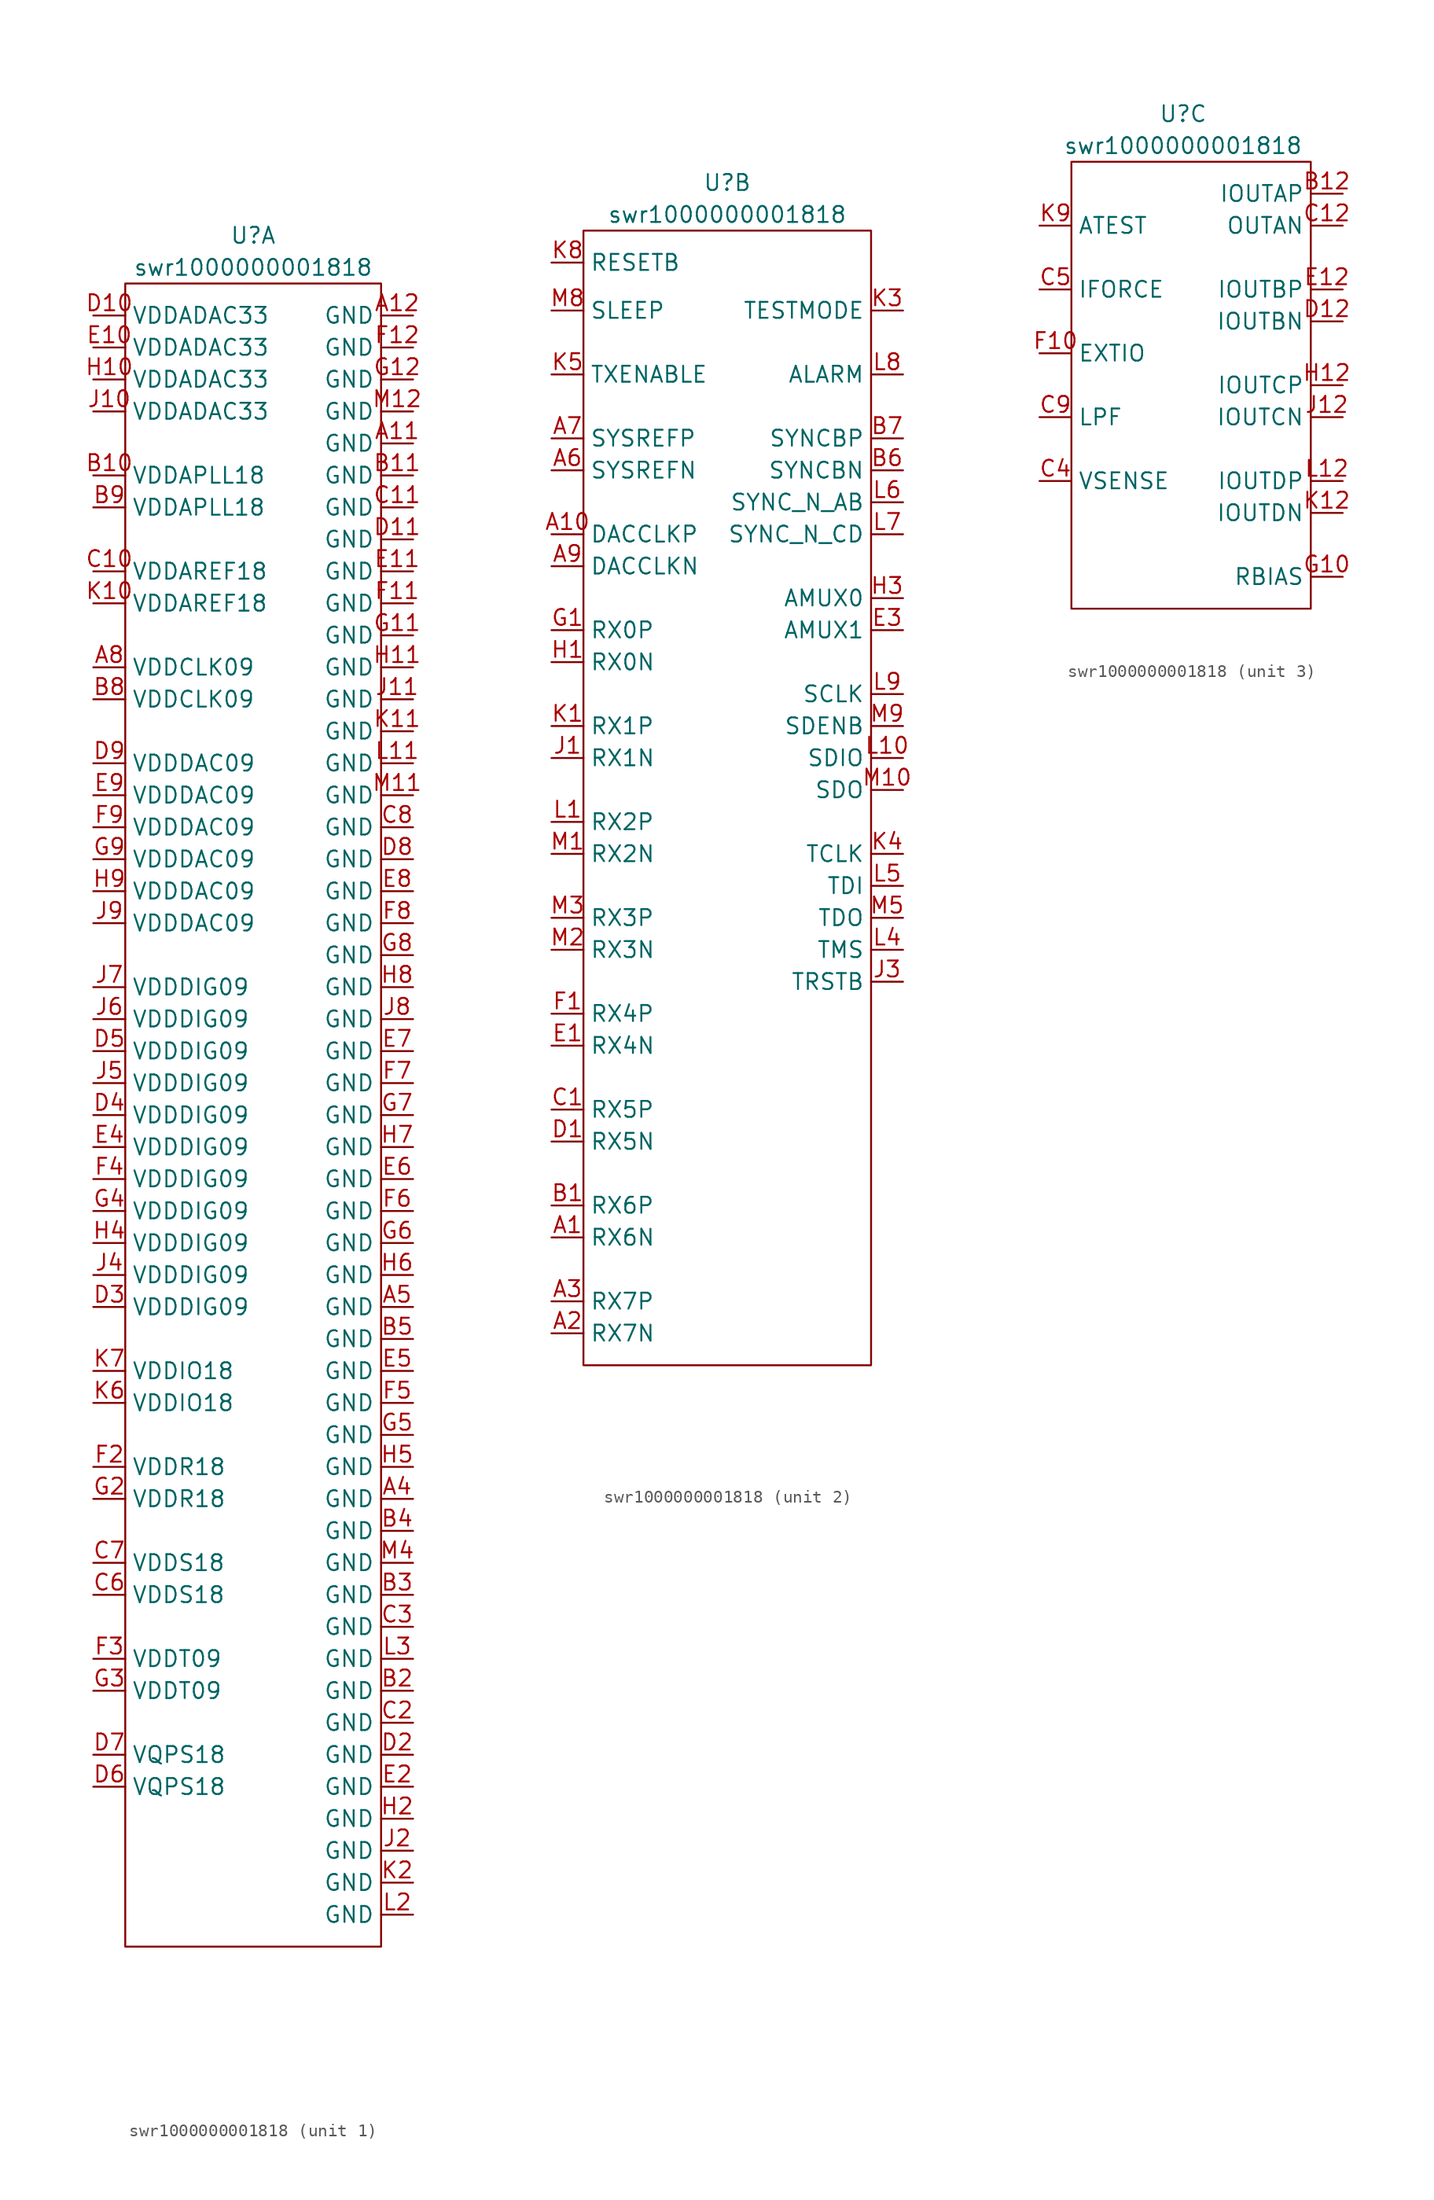
<source format=kicad_sym>
(kicad_symbol_lib
  (version 20220914)
  (generator kicad_symbol_editor)
  (symbol "swr1000000001818"
    (property "Reference" "U"
      (at 0 3.81 0)
      (effects (font (size 1.27 1.27))))
    (property "Value" "swr1000000001818"
      (at 0 1.27 0)
      (effects (font (size 1.27 1.27))))
    (property "ki_locked" ""
      (at 0 0 0)
      (effects (font (size 1.27 1.27))))
    (symbol "swr1000000001818_1_1"
      (rectangle (start -10.16 0) (end 10.16 -132.08) (stroke (width 0) (type default)) (fill (type none)))
      (pin power_in line (at 12.7 -12.7 180) (length 2.54) (name "GND" (effects (font (size 1.27 1.27)))) (number "A11" (effects (font (size 1.27 1.27)))))
      (pin power_in line (at 12.7 -2.54 180) (length 2.54) (name "GND" (effects (font (size 1.27 1.27)))) (number "A12" (effects (font (size 1.27 1.27)))))
      (pin power_in line (at 12.7 -96.52 180) (length 2.54) (name "GND" (effects (font (size 1.27 1.27)))) (number "A4" (effects (font (size 1.27 1.27)))))
      (pin power_in line (at 12.7 -81.28 180) (length 2.54) (name "GND" (effects (font (size 1.27 1.27)))) (number "A5" (effects (font (size 1.27 1.27)))))
      (pin power_in line (at -12.7 -30.48 0) (length 2.54) (name "VDDCLK09" (effects (font (size 1.27 1.27)))) (number "A8" (effects (font (size 1.27 1.27)))))
      (pin power_in line (at -12.7 -15.24 0) (length 2.54) (name "VDDAPLL18" (effects (font (size 1.27 1.27)))) (number "B10" (effects (font (size 1.27 1.27)))))
      (pin power_in line (at 12.7 -15.24 180) (length 2.54) (name "GND" (effects (font (size 1.27 1.27)))) (number "B11" (effects (font (size 1.27 1.27)))))
      (pin power_in line (at 12.7 -111.76 180) (length 2.54) (name "GND" (effects (font (size 1.27 1.27)))) (number "B2" (effects (font (size 1.27 1.27)))))
      (pin power_in line (at 12.7 -104.14 180) (length 2.54) (name "GND" (effects (font (size 1.27 1.27)))) (number "B3" (effects (font (size 1.27 1.27)))))
      (pin power_in line (at 12.7 -99.06 180) (length 2.54) (name "GND" (effects (font (size 1.27 1.27)))) (number "B4" (effects (font (size 1.27 1.27)))))
      (pin power_in line (at 12.7 -83.82 180) (length 2.54) (name "GND" (effects (font (size 1.27 1.27)))) (number "B5" (effects (font (size 1.27 1.27)))))
      (pin power_in line (at -12.7 -33.02 0) (length 2.54) (name "VDDCLK09" (effects (font (size 1.27 1.27)))) (number "B8" (effects (font (size 1.27 1.27)))))
      (pin power_in line (at -12.7 -17.78 0) (length 2.54) (name "VDDAPLL18" (effects (font (size 1.27 1.27)))) (number "B9" (effects (font (size 1.27 1.27)))))
      (pin power_in line (at -12.7 -22.86 0) (length 2.54) (name "VDDAREF18" (effects (font (size 1.27 1.27)))) (number "C10" (effects (font (size 1.27 1.27)))))
      (pin power_in line (at 12.7 -17.78 180) (length 2.54) (name "GND" (effects (font (size 1.27 1.27)))) (number "C11" (effects (font (size 1.27 1.27)))))
      (pin power_in line (at 12.7 -114.3 180) (length 2.54) (name "GND" (effects (font (size 1.27 1.27)))) (number "C2" (effects (font (size 1.27 1.27)))))
      (pin power_in line (at 12.7 -106.68 180) (length 2.54) (name "GND" (effects (font (size 1.27 1.27)))) (number "C3" (effects (font (size 1.27 1.27)))))
      (pin power_in line (at -12.7 -104.14 0) (length 2.54) (name "VDDS18" (effects (font (size 1.27 1.27)))) (number "C6" (effects (font (size 1.27 1.27)))))
      (pin power_in line (at -12.7 -101.6 0) (length 2.54) (name "VDDS18" (effects (font (size 1.27 1.27)))) (number "C7" (effects (font (size 1.27 1.27)))))
      (pin power_in line (at 12.7 -43.18 180) (length 2.54) (name "GND" (effects (font (size 1.27 1.27)))) (number "C8" (effects (font (size 1.27 1.27)))))
      (pin power_in line (at -12.7 -2.54 0) (length 2.54) (name "VDDADAC33" (effects (font (size 1.27 1.27)))) (number "D10" (effects (font (size 1.27 1.27)))))
      (pin power_in line (at 12.7 -20.32 180) (length 2.54) (name "GND" (effects (font (size 1.27 1.27)))) (number "D11" (effects (font (size 1.27 1.27)))))
      (pin power_in line (at 12.7 -116.84 180) (length 2.54) (name "GND" (effects (font (size 1.27 1.27)))) (number "D2" (effects (font (size 1.27 1.27)))))
      (pin power_in line (at -12.7 -81.28 0) (length 2.54) (name "VDDDIG09" (effects (font (size 1.27 1.27)))) (number "D3" (effects (font (size 1.27 1.27)))))
      (pin power_in line (at -12.7 -66.04 0) (length 2.54) (name "VDDDIG09" (effects (font (size 1.27 1.27)))) (number "D4" (effects (font (size 1.27 1.27)))))
      (pin power_in line (at -12.7 -60.96 0) (length 2.54) (name "VDDDIG09" (effects (font (size 1.27 1.27)))) (number "D5" (effects (font (size 1.27 1.27)))))
      (pin power_in line (at -12.7 -119.38 0) (length 2.54) (name "VQPS18" (effects (font (size 1.27 1.27)))) (number "D6" (effects (font (size 1.27 1.27)))))
      (pin power_in line (at -12.7 -116.84 0) (length 2.54) (name "VQPS18" (effects (font (size 1.27 1.27)))) (number "D7" (effects (font (size 1.27 1.27)))))
      (pin power_in line (at 12.7 -45.72 180) (length 2.54) (name "GND" (effects (font (size 1.27 1.27)))) (number "D8" (effects (font (size 1.27 1.27)))))
      (pin power_in line (at -12.7 -38.1 0) (length 2.54) (name "VDDDAC09" (effects (font (size 1.27 1.27)))) (number "D9" (effects (font (size 1.27 1.27)))))
      (pin power_in line (at -12.7 -5.08 0) (length 2.54) (name "VDDADAC33" (effects (font (size 1.27 1.27)))) (number "E10" (effects (font (size 1.27 1.27)))))
      (pin power_in line (at 12.7 -22.86 180) (length 2.54) (name "GND" (effects (font (size 1.27 1.27)))) (number "E11" (effects (font (size 1.27 1.27)))))
      (pin power_in line (at 12.7 -119.38 180) (length 2.54) (name "GND" (effects (font (size 1.27 1.27)))) (number "E2" (effects (font (size 1.27 1.27)))))
      (pin power_in line (at -12.7 -68.58 0) (length 2.54) (name "VDDDIG09" (effects (font (size 1.27 1.27)))) (number "E4" (effects (font (size 1.27 1.27)))))
      (pin power_in line (at 12.7 -86.36 180) (length 2.54) (name "GND" (effects (font (size 1.27 1.27)))) (number "E5" (effects (font (size 1.27 1.27)))))
      (pin power_in line (at 12.7 -71.12 180) (length 2.54) (name "GND" (effects (font (size 1.27 1.27)))) (number "E6" (effects (font (size 1.27 1.27)))))
      (pin power_in line (at 12.7 -60.96 180) (length 2.54) (name "GND" (effects (font (size 1.27 1.27)))) (number "E7" (effects (font (size 1.27 1.27)))))
      (pin power_in line (at 12.7 -48.26 180) (length 2.54) (name "GND" (effects (font (size 1.27 1.27)))) (number "E8" (effects (font (size 1.27 1.27)))))
      (pin power_in line (at -12.7 -40.64 0) (length 2.54) (name "VDDDAC09" (effects (font (size 1.27 1.27)))) (number "E9" (effects (font (size 1.27 1.27)))))
      (pin power_in line (at 12.7 -25.4 180) (length 2.54) (name "GND" (effects (font (size 1.27 1.27)))) (number "F11" (effects (font (size 1.27 1.27)))))
      (pin power_in line (at 12.7 -5.08 180) (length 2.54) (name "GND" (effects (font (size 1.27 1.27)))) (number "F12" (effects (font (size 1.27 1.27)))))
      (pin power_in line (at -12.7 -93.98 0) (length 2.54) (name "VDDR18" (effects (font (size 1.27 1.27)))) (number "F2" (effects (font (size 1.27 1.27)))))
      (pin power_in line (at -12.7 -109.22 0) (length 2.54) (name "VDDT09" (effects (font (size 1.27 1.27)))) (number "F3" (effects (font (size 1.27 1.27)))))
      (pin power_in line (at -12.7 -71.12 0) (length 2.54) (name "VDDDIG09" (effects (font (size 1.27 1.27)))) (number "F4" (effects (font (size 1.27 1.27)))))
      (pin power_in line (at 12.7 -88.9 180) (length 2.54) (name "GND" (effects (font (size 1.27 1.27)))) (number "F5" (effects (font (size 1.27 1.27)))))
      (pin power_in line (at 12.7 -73.66 180) (length 2.54) (name "GND" (effects (font (size 1.27 1.27)))) (number "F6" (effects (font (size 1.27 1.27)))))
      (pin power_in line (at 12.7 -63.5 180) (length 2.54) (name "GND" (effects (font (size 1.27 1.27)))) (number "F7" (effects (font (size 1.27 1.27)))))
      (pin power_in line (at 12.7 -50.8 180) (length 2.54) (name "GND" (effects (font (size 1.27 1.27)))) (number "F8" (effects (font (size 1.27 1.27)))))
      (pin power_in line (at -12.7 -43.18 0) (length 2.54) (name "VDDDAC09" (effects (font (size 1.27 1.27)))) (number "F9" (effects (font (size 1.27 1.27)))))
      (pin power_in line (at 12.7 -27.94 180) (length 2.54) (name "GND" (effects (font (size 1.27 1.27)))) (number "G11" (effects (font (size 1.27 1.27)))))
      (pin power_in line (at 12.7 -7.62 180) (length 2.54) (name "GND" (effects (font (size 1.27 1.27)))) (number "G12" (effects (font (size 1.27 1.27)))))
      (pin power_in line (at -12.7 -96.52 0) (length 2.54) (name "VDDR18" (effects (font (size 1.27 1.27)))) (number "G2" (effects (font (size 1.27 1.27)))))
      (pin power_in line (at -12.7 -111.76 0) (length 2.54) (name "VDDT09" (effects (font (size 1.27 1.27)))) (number "G3" (effects (font (size 1.27 1.27)))))
      (pin power_in line (at -12.7 -73.66 0) (length 2.54) (name "VDDDIG09" (effects (font (size 1.27 1.27)))) (number "G4" (effects (font (size 1.27 1.27)))))
      (pin power_in line (at 12.7 -91.44 180) (length 2.54) (name "GND" (effects (font (size 1.27 1.27)))) (number "G5" (effects (font (size 1.27 1.27)))))
      (pin power_in line (at 12.7 -76.2 180) (length 2.54) (name "GND" (effects (font (size 1.27 1.27)))) (number "G6" (effects (font (size 1.27 1.27)))))
      (pin power_in line (at 12.7 -66.04 180) (length 2.54) (name "GND" (effects (font (size 1.27 1.27)))) (number "G7" (effects (font (size 1.27 1.27)))))
      (pin power_in line (at 12.7 -53.34 180) (length 2.54) (name "GND" (effects (font (size 1.27 1.27)))) (number "G8" (effects (font (size 1.27 1.27)))))
      (pin power_in line (at -12.7 -45.72 0) (length 2.54) (name "VDDDAC09" (effects (font (size 1.27 1.27)))) (number "G9" (effects (font (size 1.27 1.27)))))
      (pin power_in line (at -12.7 -7.62 0) (length 2.54) (name "VDDADAC33" (effects (font (size 1.27 1.27)))) (number "H10" (effects (font (size 1.27 1.27)))))
      (pin power_in line (at 12.7 -30.48 180) (length 2.54) (name "GND" (effects (font (size 1.27 1.27)))) (number "H11" (effects (font (size 1.27 1.27)))))
      (pin power_in line (at 12.7 -121.92 180) (length 2.54) (name "GND" (effects (font (size 1.27 1.27)))) (number "H2" (effects (font (size 1.27 1.27)))))
      (pin power_in line (at -12.7 -76.2 0) (length 2.54) (name "VDDDIG09" (effects (font (size 1.27 1.27)))) (number "H4" (effects (font (size 1.27 1.27)))))
      (pin power_in line (at 12.7 -93.98 180) (length 2.54) (name "GND" (effects (font (size 1.27 1.27)))) (number "H5" (effects (font (size 1.27 1.27)))))
      (pin power_in line (at 12.7 -78.74 180) (length 2.54) (name "GND" (effects (font (size 1.27 1.27)))) (number "H6" (effects (font (size 1.27 1.27)))))
      (pin power_in line (at 12.7 -68.58 180) (length 2.54) (name "GND" (effects (font (size 1.27 1.27)))) (number "H7" (effects (font (size 1.27 1.27)))))
      (pin power_in line (at 12.7 -55.88 180) (length 2.54) (name "GND" (effects (font (size 1.27 1.27)))) (number "H8" (effects (font (size 1.27 1.27)))))
      (pin power_in line (at -12.7 -48.26 0) (length 2.54) (name "VDDDAC09" (effects (font (size 1.27 1.27)))) (number "H9" (effects (font (size 1.27 1.27)))))
      (pin power_in line (at -12.7 -10.16 0) (length 2.54) (name "VDDADAC33" (effects (font (size 1.27 1.27)))) (number "J10" (effects (font (size 1.27 1.27)))))
      (pin power_in line (at 12.7 -33.02 180) (length 2.54) (name "GND" (effects (font (size 1.27 1.27)))) (number "J11" (effects (font (size 1.27 1.27)))))
      (pin power_in line (at 12.7 -124.46 180) (length 2.54) (name "GND" (effects (font (size 1.27 1.27)))) (number "J2" (effects (font (size 1.27 1.27)))))
      (pin power_in line (at -12.7 -78.74 0) (length 2.54) (name "VDDDIG09" (effects (font (size 1.27 1.27)))) (number "J4" (effects (font (size 1.27 1.27)))))
      (pin power_in line (at -12.7 -63.5 0) (length 2.54) (name "VDDDIG09" (effects (font (size 1.27 1.27)))) (number "J5" (effects (font (size 1.27 1.27)))))
      (pin power_in line (at -12.7 -58.42 0) (length 2.54) (name "VDDDIG09" (effects (font (size 1.27 1.27)))) (number "J6" (effects (font (size 1.27 1.27)))))
      (pin power_in line (at -12.7 -55.88 0) (length 2.54) (name "VDDDIG09" (effects (font (size 1.27 1.27)))) (number "J7" (effects (font (size 1.27 1.27)))))
      (pin power_in line (at 12.7 -58.42 180) (length 2.54) (name "GND" (effects (font (size 1.27 1.27)))) (number "J8" (effects (font (size 1.27 1.27)))))
      (pin power_in line (at -12.7 -50.8 0) (length 2.54) (name "VDDDAC09" (effects (font (size 1.27 1.27)))) (number "J9" (effects (font (size 1.27 1.27)))))
      (pin power_in line (at -12.7 -25.4 0) (length 2.54) (name "VDDAREF18" (effects (font (size 1.27 1.27)))) (number "K10" (effects (font (size 1.27 1.27)))))
      (pin power_in line (at 12.7 -35.56 180) (length 2.54) (name "GND" (effects (font (size 1.27 1.27)))) (number "K11" (effects (font (size 1.27 1.27)))))
      (pin power_in line (at 12.7 -127 180) (length 2.54) (name "GND" (effects (font (size 1.27 1.27)))) (number "K2" (effects (font (size 1.27 1.27)))))
      (pin power_in line (at -12.7 -88.9 0) (length 2.54) (name "VDDIO18" (effects (font (size 1.27 1.27)))) (number "K6" (effects (font (size 1.27 1.27)))))
      (pin power_in line (at -12.7 -86.36 0) (length 2.54) (name "VDDIO18" (effects (font (size 1.27 1.27)))) (number "K7" (effects (font (size 1.27 1.27)))))
      (pin power_in line (at 12.7 -38.1 180) (length 2.54) (name "GND" (effects (font (size 1.27 1.27)))) (number "L11" (effects (font (size 1.27 1.27)))))
      (pin power_in line (at 12.7 -129.54 180) (length 2.54) (name "GND" (effects (font (size 1.27 1.27)))) (number "L2" (effects (font (size 1.27 1.27)))))
      (pin power_in line (at 12.7 -109.22 180) (length 2.54) (name "GND" (effects (font (size 1.27 1.27)))) (number "L3" (effects (font (size 1.27 1.27)))))
      (pin power_in line (at 12.7 -40.64 180) (length 2.54) (name "GND" (effects (font (size 1.27 1.27)))) (number "M11" (effects (font (size 1.27 1.27)))))
      (pin power_in line (at 12.7 -10.16 180) (length 2.54) (name "GND" (effects (font (size 1.27 1.27)))) (number "M12" (effects (font (size 1.27 1.27)))))
      (pin power_in line (at 12.7 -101.6 180) (length 2.54) (name "GND" (effects (font (size 1.27 1.27)))) (number "M4" (effects (font (size 1.27 1.27))))))
    (symbol "swr1000000001818_2_1"
      (rectangle (start -11.43 0) (end 11.43 -90.17) (stroke (width 0) (type default)) (fill (type none)))
      (pin input line (at -13.97 -80.01 0) (length 2.54) (name "RX6N" (effects (font (size 1.27 1.27)))) (number "A1" (effects (font (size 1.27 1.27)))))
      (pin input line (at -13.97 -24.13 0) (length 2.54) (name "DACCLKP" (effects (font (size 1.27 1.27)))) (number "A10" (effects (font (size 1.27 1.27)))))
      (pin input line (at -13.97 -87.63 0) (length 2.54) (name "RX7N" (effects (font (size 1.27 1.27)))) (number "A2" (effects (font (size 1.27 1.27)))))
      (pin input line (at -13.97 -85.09 0) (length 2.54) (name "RX7P" (effects (font (size 1.27 1.27)))) (number "A3" (effects (font (size 1.27 1.27)))))
      (pin input line (at -13.97 -19.05 0) (length 2.54) (name "SYSREFN" (effects (font (size 1.27 1.27)))) (number "A6" (effects (font (size 1.27 1.27)))))
      (pin input line (at -13.97 -16.51 0) (length 2.54) (name "SYSREFP" (effects (font (size 1.27 1.27)))) (number "A7" (effects (font (size 1.27 1.27)))))
      (pin input line (at -13.97 -26.67 0) (length 2.54) (name "DACCLKN" (effects (font (size 1.27 1.27)))) (number "A9" (effects (font (size 1.27 1.27)))))
      (pin input line (at -13.97 -77.47 0) (length 2.54) (name "RX6P" (effects (font (size 1.27 1.27)))) (number "B1" (effects (font (size 1.27 1.27)))))
      (pin output line (at 13.97 -19.05 180) (length 2.54) (name "SYNCBN" (effects (font (size 1.27 1.27)))) (number "B6" (effects (font (size 1.27 1.27)))))
      (pin output line (at 13.97 -16.51 180) (length 2.54) (name "SYNCBP" (effects (font (size 1.27 1.27)))) (number "B7" (effects (font (size 1.27 1.27)))))
      (pin input line (at -13.97 -69.85 0) (length 2.54) (name "RX5P" (effects (font (size 1.27 1.27)))) (number "C1" (effects (font (size 1.27 1.27)))))
      (pin input line (at -13.97 -72.39 0) (length 2.54) (name "RX5N" (effects (font (size 1.27 1.27)))) (number "D1" (effects (font (size 1.27 1.27)))))
      (pin input line (at -13.97 -64.77 0) (length 2.54) (name "RX4N" (effects (font (size 1.27 1.27)))) (number "E1" (effects (font (size 1.27 1.27)))))
      (pin bidirectional line (at 13.97 -31.75 180) (length 2.54) (name "AMUX1" (effects (font (size 1.27 1.27)))) (number "E3" (effects (font (size 1.27 1.27)))))
      (pin input line (at -13.97 -62.23 0) (length 2.54) (name "RX4P" (effects (font (size 1.27 1.27)))) (number "F1" (effects (font (size 1.27 1.27)))))
      (pin input line (at -13.97 -31.75 0) (length 2.54) (name "RX0P" (effects (font (size 1.27 1.27)))) (number "G1" (effects (font (size 1.27 1.27)))))
      (pin input line (at -13.97 -34.29 0) (length 2.54) (name "RX0N" (effects (font (size 1.27 1.27)))) (number "H1" (effects (font (size 1.27 1.27)))))
      (pin bidirectional line (at 13.97 -29.21 180) (length 2.54) (name "AMUX0" (effects (font (size 1.27 1.27)))) (number "H3" (effects (font (size 1.27 1.27)))))
      (pin input line (at -13.97 -41.91 0) (length 2.54) (name "RX1N" (effects (font (size 1.27 1.27)))) (number "J1" (effects (font (size 1.27 1.27)))))
      (pin input line (at 13.97 -59.69 180) (length 2.54) (name "TRSTB" (effects (font (size 1.27 1.27)))) (number "J3" (effects (font (size 1.27 1.27)))))
      (pin input line (at -13.97 -39.37 0) (length 2.54) (name "RX1P" (effects (font (size 1.27 1.27)))) (number "K1" (effects (font (size 1.27 1.27)))))
      (pin output line (at 13.97 -6.35 180) (length 2.54) (name "TESTMODE" (effects (font (size 1.27 1.27)))) (number "K3" (effects (font (size 1.27 1.27)))))
      (pin input line (at 13.97 -49.53 180) (length 2.54) (name "TCLK" (effects (font (size 1.27 1.27)))) (number "K4" (effects (font (size 1.27 1.27)))))
      (pin input line (at -13.97 -11.43 0) (length 2.54) (name "TXENABLE" (effects (font (size 1.27 1.27)))) (number "K5" (effects (font (size 1.27 1.27)))))
      (pin input line (at -13.97 -2.54 0) (length 2.54) (name "RESETB" (effects (font (size 1.27 1.27)))) (number "K8" (effects (font (size 1.27 1.27)))))
      (pin input line (at -13.97 -46.99 0) (length 2.54) (name "RX2P" (effects (font (size 1.27 1.27)))) (number "L1" (effects (font (size 1.27 1.27)))))
      (pin bidirectional line (at 13.97 -41.91 180) (length 2.54) (name "SDIO" (effects (font (size 1.27 1.27)))) (number "L10" (effects (font (size 1.27 1.27)))))
      (pin input line (at 13.97 -57.15 180) (length 2.54) (name "TMS" (effects (font (size 1.27 1.27)))) (number "L4" (effects (font (size 1.27 1.27)))))
      (pin input line (at 13.97 -52.07 180) (length 2.54) (name "TDI" (effects (font (size 1.27 1.27)))) (number "L5" (effects (font (size 1.27 1.27)))))
      (pin output line (at 13.97 -21.59 180) (length 2.54) (name "SYNC_N_AB" (effects (font (size 1.27 1.27)))) (number "L6" (effects (font (size 1.27 1.27)))))
      (pin output line (at 13.97 -24.13 180) (length 2.54) (name "SYNC_N_CD" (effects (font (size 1.27 1.27)))) (number "L7" (effects (font (size 1.27 1.27)))))
      (pin output line (at 13.97 -11.43 180) (length 2.54) (name "ALARM" (effects (font (size 1.27 1.27)))) (number "L8" (effects (font (size 1.27 1.27)))))
      (pin input line (at 13.97 -36.83 180) (length 2.54) (name "SCLK" (effects (font (size 1.27 1.27)))) (number "L9" (effects (font (size 1.27 1.27)))))
      (pin input line (at -13.97 -49.53 0) (length 2.54) (name "RX2N" (effects (font (size 1.27 1.27)))) (number "M1" (effects (font (size 1.27 1.27)))))
      (pin output line (at 13.97 -44.45 180) (length 2.54) (name "SDO" (effects (font (size 1.27 1.27)))) (number "M10" (effects (font (size 1.27 1.27)))))
      (pin input line (at -13.97 -57.15 0) (length 2.54) (name "RX3N" (effects (font (size 1.27 1.27)))) (number "M2" (effects (font (size 1.27 1.27)))))
      (pin input line (at -13.97 -54.61 0) (length 2.54) (name "RX3P" (effects (font (size 1.27 1.27)))) (number "M3" (effects (font (size 1.27 1.27)))))
      (pin output line (at 13.97 -54.61 180) (length 2.54) (name "TDO" (effects (font (size 1.27 1.27)))) (number "M5" (effects (font (size 1.27 1.27)))))
      (pin input line (at -13.97 -6.35 0) (length 2.54) (name "SLEEP" (effects (font (size 1.27 1.27)))) (number "M8" (effects (font (size 1.27 1.27)))))
      (pin input line (at 13.97 -39.37 180) (length 2.54) (name "SDENB" (effects (font (size 1.27 1.27)))) (number "M9" (effects (font (size 1.27 1.27))))))
    (symbol "swr1000000001818_3_1"
      (rectangle (start 10.16 0) (end -8.89 -35.56) (stroke (width 0) (type default)) (fill (type none)))
      (pin output line (at 12.7 -2.54 180) (length 2.54) (name "IOUTAP" (effects (font (size 1.27 1.27)))) (number "B12" (effects (font (size 1.27 1.27)))))
      (pin output line (at 12.7 -5.08 180) (length 2.54) (name "OUTAN" (effects (font (size 1.27 1.27)))) (number "C12" (effects (font (size 1.27 1.27)))))
      (pin bidirectional line (at -11.43 -25.4 0) (length 2.54) (name "VSENSE" (effects (font (size 1.27 1.27)))) (number "C4" (effects (font (size 1.27 1.27)))))
      (pin bidirectional line (at -11.43 -10.16 0) (length 2.54) (name "IFORCE" (effects (font (size 1.27 1.27)))) (number "C5" (effects (font (size 1.27 1.27)))))
      (pin bidirectional line (at -11.43 -20.32 0) (length 2.54) (name "LPF" (effects (font (size 1.27 1.27)))) (number "C9" (effects (font (size 1.27 1.27)))))
      (pin output line (at 12.7 -12.7 180) (length 2.54) (name "IOUTBN" (effects (font (size 1.27 1.27)))) (number "D12" (effects (font (size 1.27 1.27)))))
      (pin output line (at 12.7 -10.16 180) (length 2.54) (name "IOUTBP" (effects (font (size 1.27 1.27)))) (number "E12" (effects (font (size 1.27 1.27)))))
      (pin bidirectional line (at -11.43 -15.24 0) (length 2.54) (name "EXTIO" (effects (font (size 1.27 1.27)))) (number "F10" (effects (font (size 1.27 1.27)))))
      (pin output line (at 12.7 -33.02 180) (length 2.54) (name "RBIAS" (effects (font (size 1.27 1.27)))) (number "G10" (effects (font (size 1.27 1.27)))))
      (pin output line (at 12.7 -17.78 180) (length 2.54) (name "IOUTCP" (effects (font (size 1.27 1.27)))) (number "H12" (effects (font (size 1.27 1.27)))))
      (pin output line (at 12.7 -20.32 180) (length 2.54) (name "IOUTCN" (effects (font (size 1.27 1.27)))) (number "J12" (effects (font (size 1.27 1.27)))))
      (pin output line (at 12.7 -27.94 180) (length 2.54) (name "IOUTDN" (effects (font (size 1.27 1.27)))) (number "K12" (effects (font (size 1.27 1.27)))))
      (pin bidirectional line (at -11.43 -5.08 0) (length 2.54) (name "ATEST" (effects (font (size 1.27 1.27)))) (number "K9" (effects (font (size 1.27 1.27)))))
      (pin output line (at 12.7 -25.4 180) (length 2.54) (name "IOUTDP" (effects (font (size 1.27 1.27)))) (number "L12" (effects (font (size 1.27 1.27))))))))
</source>
